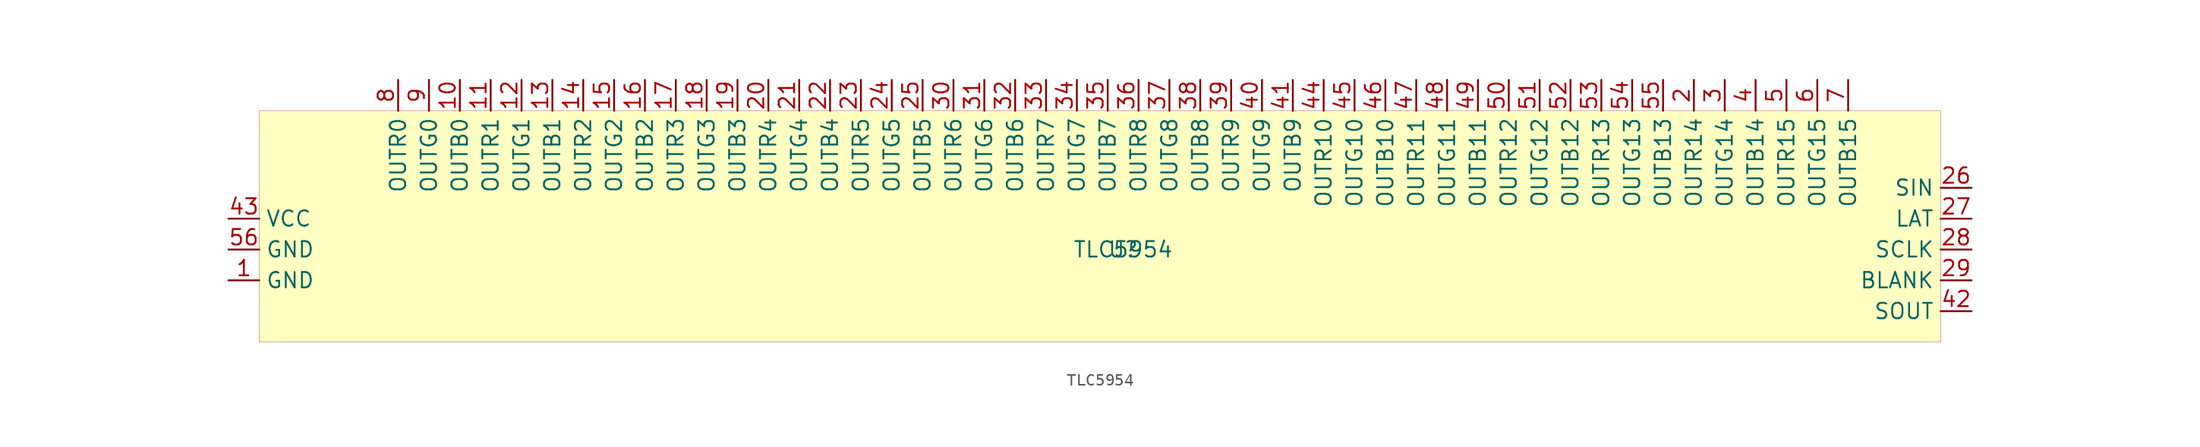
<source format=kicad_sym>
(kicad_symbol_lib
  (version 20200126)
  (host kicad_symbol_editor "5.99.0-unknown-0bfe413~101~ubuntu20.04.1")
  (symbol "JBC_TI:TLC5954"
    (property "Reference" "U"
      (at 0 0 0)
      (effects (font (size 1.27 1.27))))
    (property "Value" "TLC5954"
      (at 0 0 0)
      (effects (font (size 1.27 1.27))))
    (symbol "TLC5954_0_1"
      (rectangle (start -71.12 11.43) (end 67.31 -7.62) (stroke (width 0.001)) (fill (type background))))
    (symbol "TLC5954_1_1"
      (pin power_in line (at -73.66 -2.54 0) (length 2.54) (name "GND" (effects (font (size 1.27 1.27)))) (number "1" (effects (font (size 1.27 1.27)))))
      (pin output line (at 46.99 13.97 270) (length 2.54) (name "OUTR14" (effects (font (size 1.27 1.27)))) (number "2" (effects (font (size 1.27 1.27)))))
      (pin output line (at 49.53 13.97 270) (length 2.54) (name "OUTG14" (effects (font (size 1.27 1.27)))) (number "3" (effects (font (size 1.27 1.27)))))
      (pin output line (at 52.07 13.97 270) (length 2.54) (name "OUTB14" (effects (font (size 1.27 1.27)))) (number "4" (effects (font (size 1.27 1.27)))))
      (pin output line (at 54.61 13.97 270) (length 2.54) (name "OUTR15" (effects (font (size 1.27 1.27)))) (number "5" (effects (font (size 1.27 1.27)))))
      (pin output line (at 59.69 13.97 270) (length 2.54) (name "OUTB15" (effects (font (size 1.27 1.27)))) (number "7" (effects (font (size 1.27 1.27)))))
      (pin output line (at 57.15 13.97 270) (length 2.54) (name "OUTG15" (effects (font (size 1.27 1.27)))) (number "6" (effects (font (size 1.27 1.27)))))
      (pin output line (at -54.61 13.97 270) (length 2.54) (name "OUTB0" (effects (font (size 1.27 1.27)))) (number "10" (effects (font (size 1.27 1.27)))))
      (pin output line (at -59.69 13.97 270) (length 2.54) (name "OUTR0" (effects (font (size 1.27 1.27)))) (number "8" (effects (font (size 1.27 1.27)))))
      (pin output line (at -57.15 13.97 270) (length 2.54) (name "OUTG0" (effects (font (size 1.27 1.27)))) (number "9" (effects (font (size 1.27 1.27)))))
      (pin output line (at -52.07 13.97 270) (length 2.54) (name "OUTR1" (effects (font (size 1.27 1.27)))) (number "11" (effects (font (size 1.27 1.27)))))
      (pin output line (at -46.99 13.97 270) (length 2.54) (name "OUTB1" (effects (font (size 1.27 1.27)))) (number "13" (effects (font (size 1.27 1.27)))))
      (pin output line (at -49.53 13.97 270) (length 2.54) (name "OUTG1" (effects (font (size 1.27 1.27)))) (number "12" (effects (font (size 1.27 1.27)))))
      (pin output line (at -41.91 13.97 270) (length 2.54) (name "OUTG2" (effects (font (size 1.27 1.27)))) (number "15" (effects (font (size 1.27 1.27)))))
      (pin output line (at -39.37 13.97 270) (length 2.54) (name "OUTB2" (effects (font (size 1.27 1.27)))) (number "16" (effects (font (size 1.27 1.27)))))
      (pin output line (at -44.45 13.97 270) (length 2.54) (name "OUTR2" (effects (font (size 1.27 1.27)))) (number "14" (effects (font (size 1.27 1.27)))))
      (pin output line (at -31.75 13.97 270) (length 2.54) (name "OUTB3" (effects (font (size 1.27 1.27)))) (number "19" (effects (font (size 1.27 1.27)))))
      (pin output line (at -34.29 13.97 270) (length 2.54) (name "OUTG3" (effects (font (size 1.27 1.27)))) (number "18" (effects (font (size 1.27 1.27)))))
      (pin output line (at -29.21 13.97 270) (length 2.54) (name "OUTR4" (effects (font (size 1.27 1.27)))) (number "20" (effects (font (size 1.27 1.27)))))
      (pin output line (at -24.13 13.97 270) (length 2.54) (name "OUTB4" (effects (font (size 1.27 1.27)))) (number "22" (effects (font (size 1.27 1.27)))))
      (pin output line (at -26.67 13.97 270) (length 2.54) (name "OUTG4" (effects (font (size 1.27 1.27)))) (number "21" (effects (font (size 1.27 1.27)))))
      (pin output line (at -19.05 13.97 270) (length 2.54) (name "OUTG5" (effects (font (size 1.27 1.27)))) (number "24" (effects (font (size 1.27 1.27)))))
      (pin output line (at -16.51 13.97 270) (length 2.54) (name "OUTB5" (effects (font (size 1.27 1.27)))) (number "25" (effects (font (size 1.27 1.27)))))
      (pin output line (at -21.59 13.97 270) (length 2.54) (name "OUTR5" (effects (font (size 1.27 1.27)))) (number "23" (effects (font (size 1.27 1.27)))))
      (pin output line (at -36.83 13.97 270) (length 2.54) (name "OUTR3" (effects (font (size 1.27 1.27)))) (number "17" (effects (font (size 1.27 1.27)))))
      (pin output line (at 13.97 13.97 270) (length 2.54) (name "OUTB9" (effects (font (size 1.27 1.27)))) (number "41" (effects (font (size 1.27 1.27)))))
      (pin output line (at -1.27 13.97 270) (length 2.54) (name "OUTB7" (effects (font (size 1.27 1.27)))) (number "35" (effects (font (size 1.27 1.27)))))
      (pin output line (at 24.13 13.97 270) (length 2.54) (name "OUTR11" (effects (font (size 1.27 1.27)))) (number "47" (effects (font (size 1.27 1.27)))))
      (pin output line (at -11.43 13.97 270) (length 2.54) (name "OUTG6" (effects (font (size 1.27 1.27)))) (number "31" (effects (font (size 1.27 1.27)))))
      (pin output line (at 19.05 13.97 270) (length 2.54) (name "OUTG10" (effects (font (size 1.27 1.27)))) (number "45" (effects (font (size 1.27 1.27)))))
      (pin output line (at 3.81 13.97 270) (length 2.54) (name "OUTG8" (effects (font (size 1.27 1.27)))) (number "37" (effects (font (size 1.27 1.27)))))
      (pin output line (at 21.59 13.97 270) (length 2.54) (name "OUTB10" (effects (font (size 1.27 1.27)))) (number "46" (effects (font (size 1.27 1.27)))))
      (pin output line (at 26.67 13.97 270) (length 2.54) (name "OUTG11" (effects (font (size 1.27 1.27)))) (number "48" (effects (font (size 1.27 1.27)))))
      (pin output line (at 29.21 13.97 270) (length 2.54) (name "OUTB11" (effects (font (size 1.27 1.27)))) (number "49" (effects (font (size 1.27 1.27)))))
      (pin output line (at -6.35 13.97 270) (length 2.54) (name "OUTR7" (effects (font (size 1.27 1.27)))) (number "33" (effects (font (size 1.27 1.27)))))
      (pin output line (at 16.51 13.97 270) (length 2.54) (name "OUTR10" (effects (font (size 1.27 1.27)))) (number "44" (effects (font (size 1.27 1.27)))))
      (pin output line (at 1.27 13.97 270) (length 2.54) (name "OUTR8" (effects (font (size 1.27 1.27)))) (number "36" (effects (font (size 1.27 1.27)))))
      (pin output line (at -3.81 13.97 270) (length 2.54) (name "OUTG7" (effects (font (size 1.27 1.27)))) (number "34" (effects (font (size 1.27 1.27)))))
      (pin output line (at -13.97 13.97 270) (length 2.54) (name "OUTR6" (effects (font (size 1.27 1.27)))) (number "30" (effects (font (size 1.27 1.27)))))
      (pin output line (at 8.89 13.97 270) (length 2.54) (name "OUTR9" (effects (font (size 1.27 1.27)))) (number "39" (effects (font (size 1.27 1.27)))))
      (pin output line (at 11.43 13.97 270) (length 2.54) (name "OUTG9" (effects (font (size 1.27 1.27)))) (number "40" (effects (font (size 1.27 1.27)))))
      (pin output line (at -8.89 13.97 270) (length 2.54) (name "OUTB6" (effects (font (size 1.27 1.27)))) (number "32" (effects (font (size 1.27 1.27)))))
      (pin output line (at 6.35 13.97 270) (length 2.54) (name "OUTB8" (effects (font (size 1.27 1.27)))) (number "38" (effects (font (size 1.27 1.27)))))
      (pin output line (at 69.85 2.54 180) (length 2.54) (name "LAT" (effects (font (size 1.27 1.27)))) (number "27" (effects (font (size 1.27 1.27)))))
      (pin output line (at 69.85 0 180) (length 2.54) (name "SCLK" (effects (font (size 1.27 1.27)))) (number "28" (effects (font (size 1.27 1.27)))))
      (pin output line (at 69.85 5.08 180) (length 2.54) (name "SIN" (effects (font (size 1.27 1.27)))) (number "26" (effects (font (size 1.27 1.27)))))
      (pin output line (at 69.85 -2.54 180) (length 2.54) (name "BLANK" (effects (font (size 1.27 1.27)))) (number "29" (effects (font (size 1.27 1.27)))))
      (pin output line (at 69.85 -5.08 180) (length 2.54) (name "SOUT" (effects (font (size 1.27 1.27)))) (number "42" (effects (font (size 1.27 1.27)))))
      (pin power_in line (at -73.66 2.54 0) (length 2.54) (name "VCC" (effects (font (size 1.27 1.27)))) (number "43" (effects (font (size 1.27 1.27)))))
      (pin output line (at 39.37 13.97 270) (length 2.54) (name "OUTR13" (effects (font (size 1.27 1.27)))) (number "53" (effects (font (size 1.27 1.27)))))
      (pin output line (at 36.83 13.97 270) (length 2.54) (name "OUTB12" (effects (font (size 1.27 1.27)))) (number "52" (effects (font (size 1.27 1.27)))))
      (pin output line (at 31.75 13.97 270) (length 2.54) (name "OUTR12" (effects (font (size 1.27 1.27)))) (number "50" (effects (font (size 1.27 1.27)))))
      (pin output line (at 34.29 13.97 270) (length 2.54) (name "OUTG12" (effects (font (size 1.27 1.27)))) (number "51" (effects (font (size 1.27 1.27)))))
      (pin output line (at 41.91 13.97 270) (length 2.54) (name "OUTG13" (effects (font (size 1.27 1.27)))) (number "54" (effects (font (size 1.27 1.27)))))
      (pin output line (at 44.45 13.97 270) (length 2.54) (name "OUTB13" (effects (font (size 1.27 1.27)))) (number "55" (effects (font (size 1.27 1.27)))))
      (pin power_in line (at -73.66 0 0) (length 2.54) (name "GND" (effects (font (size 1.27 1.27)))) (number "56" (effects (font (size 1.27 1.27))))))))
</source>
